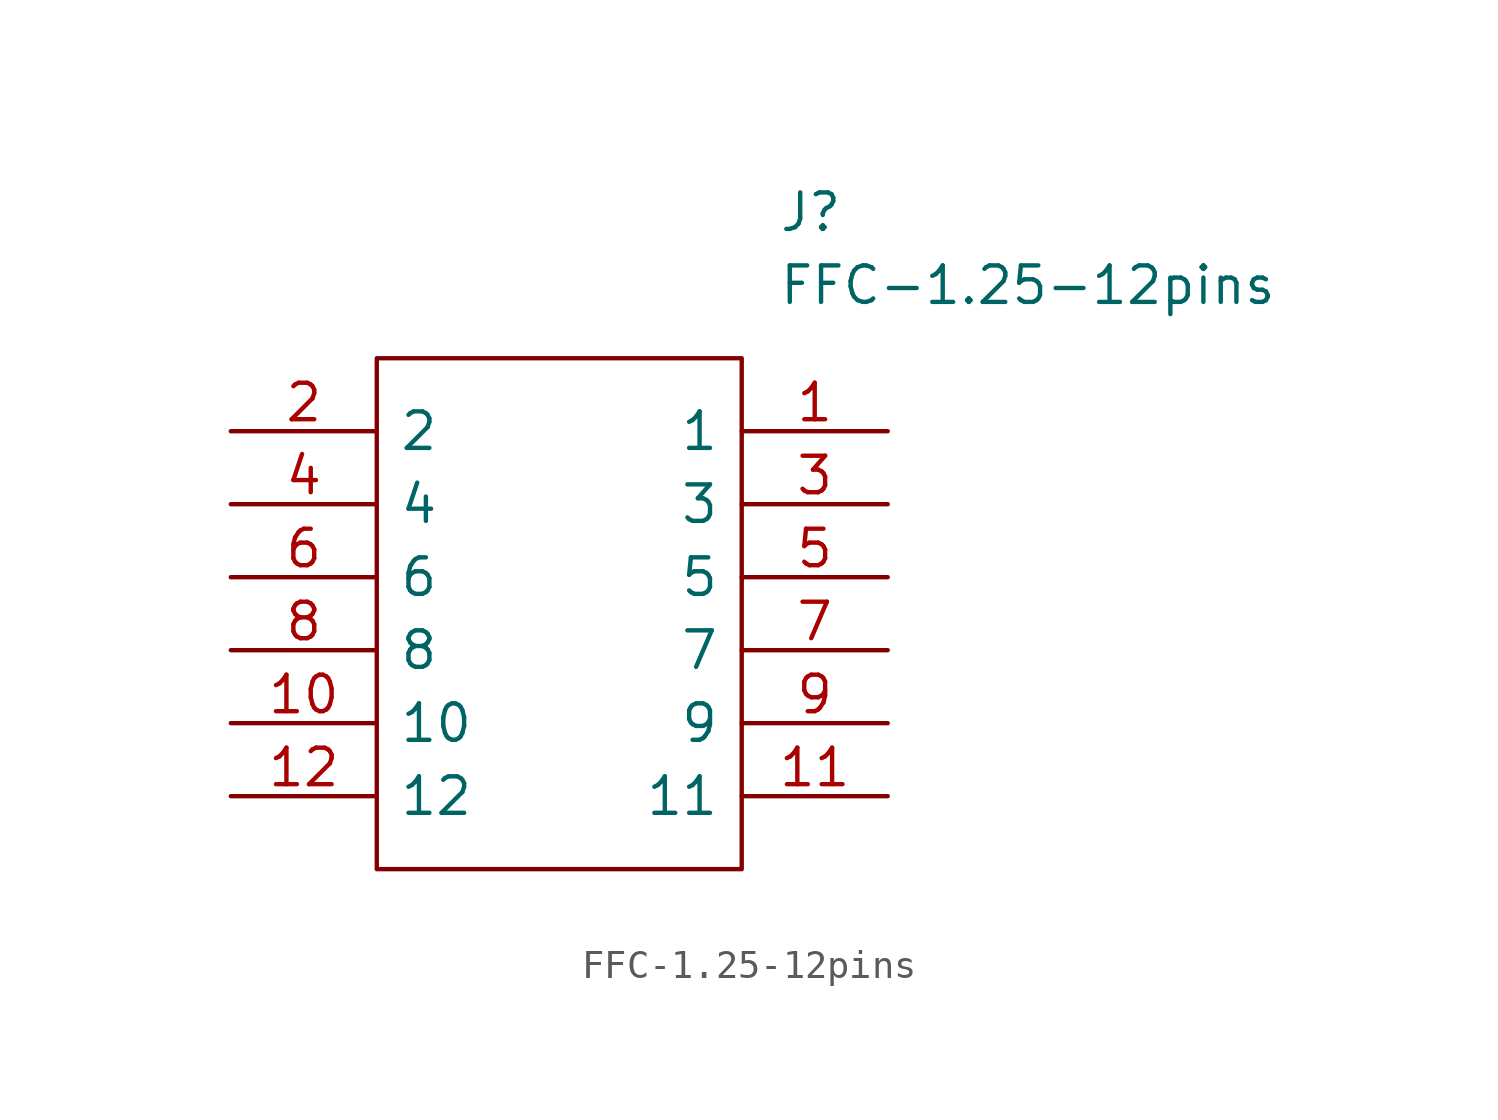
<source format=kicad_sym>
(kicad_symbol_lib
  (version 20211014)
  (generator kicad_symbol_editor)
  (symbol "FFC-1.25-12pins"
    (pin_names
      (offset 0.762))
    (property "Reference" "J"
      (at 19.05 7.62 0)
      (effects (font (size 1.27 1.27)) (justify left)))
    (property "Value" "FFC-1.25-12pins"
      (at 19.05 5.08 0)
      (effects (font (size 1.27 1.27)) (justify left)))
    (property "Ref" ""
      (at 0 0 0)
      (effects (font (size 1.27 1.27))))
    (symbol "FFC-1.25-12pins_0_0"
      (pin passive line (at 22.86 0 180) (length 5.08) (name "1" (effects (font (size 1.27 1.27)))) (number "1" (effects (font (size 1.27 1.27)))))
      (pin passive line (at 0 -10.16 0) (length 5.08) (name "10" (effects (font (size 1.27 1.27)))) (number "10" (effects (font (size 1.27 1.27)))))
      (pin passive line (at 22.86 -12.7 180) (length 5.08) (name "11" (effects (font (size 1.27 1.27)))) (number "11" (effects (font (size 1.27 1.27)))))
      (pin passive line (at 0 -12.7 0) (length 5.08) (name "12" (effects (font (size 1.27 1.27)))) (number "12" (effects (font (size 1.27 1.27)))))
      (pin passive line (at 0 0 0) (length 5.08) (name "2" (effects (font (size 1.27 1.27)))) (number "2" (effects (font (size 1.27 1.27)))))
      (pin passive line (at 22.86 -2.54 180) (length 5.08) (name "3" (effects (font (size 1.27 1.27)))) (number "3" (effects (font (size 1.27 1.27)))))
      (pin passive line (at 0 -2.54 0) (length 5.08) (name "4" (effects (font (size 1.27 1.27)))) (number "4" (effects (font (size 1.27 1.27)))))
      (pin passive line (at 22.86 -5.08 180) (length 5.08) (name "5" (effects (font (size 1.27 1.27)))) (number "5" (effects (font (size 1.27 1.27)))))
      (pin passive line (at 0 -5.08 0) (length 5.08) (name "6" (effects (font (size 1.27 1.27)))) (number "6" (effects (font (size 1.27 1.27)))))
      (pin passive line (at 22.86 -7.62 180) (length 5.08) (name "7" (effects (font (size 1.27 1.27)))) (number "7" (effects (font (size 1.27 1.27)))))
      (pin passive line (at 0 -7.62 0) (length 5.08) (name "8" (effects (font (size 1.27 1.27)))) (number "8" (effects (font (size 1.27 1.27)))))
      (pin passive line (at 22.86 -10.16 180) (length 5.08) (name "9" (effects (font (size 1.27 1.27)))) (number "9" (effects (font (size 1.27 1.27))))))
    (symbol "FFC-1.25-12pins_0_1"
      (polyline (pts (xy 5.08 2.54) (xy 17.78 2.54) (xy 17.78 -15.24) (xy 5.08 -15.24) (xy 5.08 2.54)) (stroke (width 0.152) (type default) (color 0 0 0 0)) (fill (type none))))))
</source>
